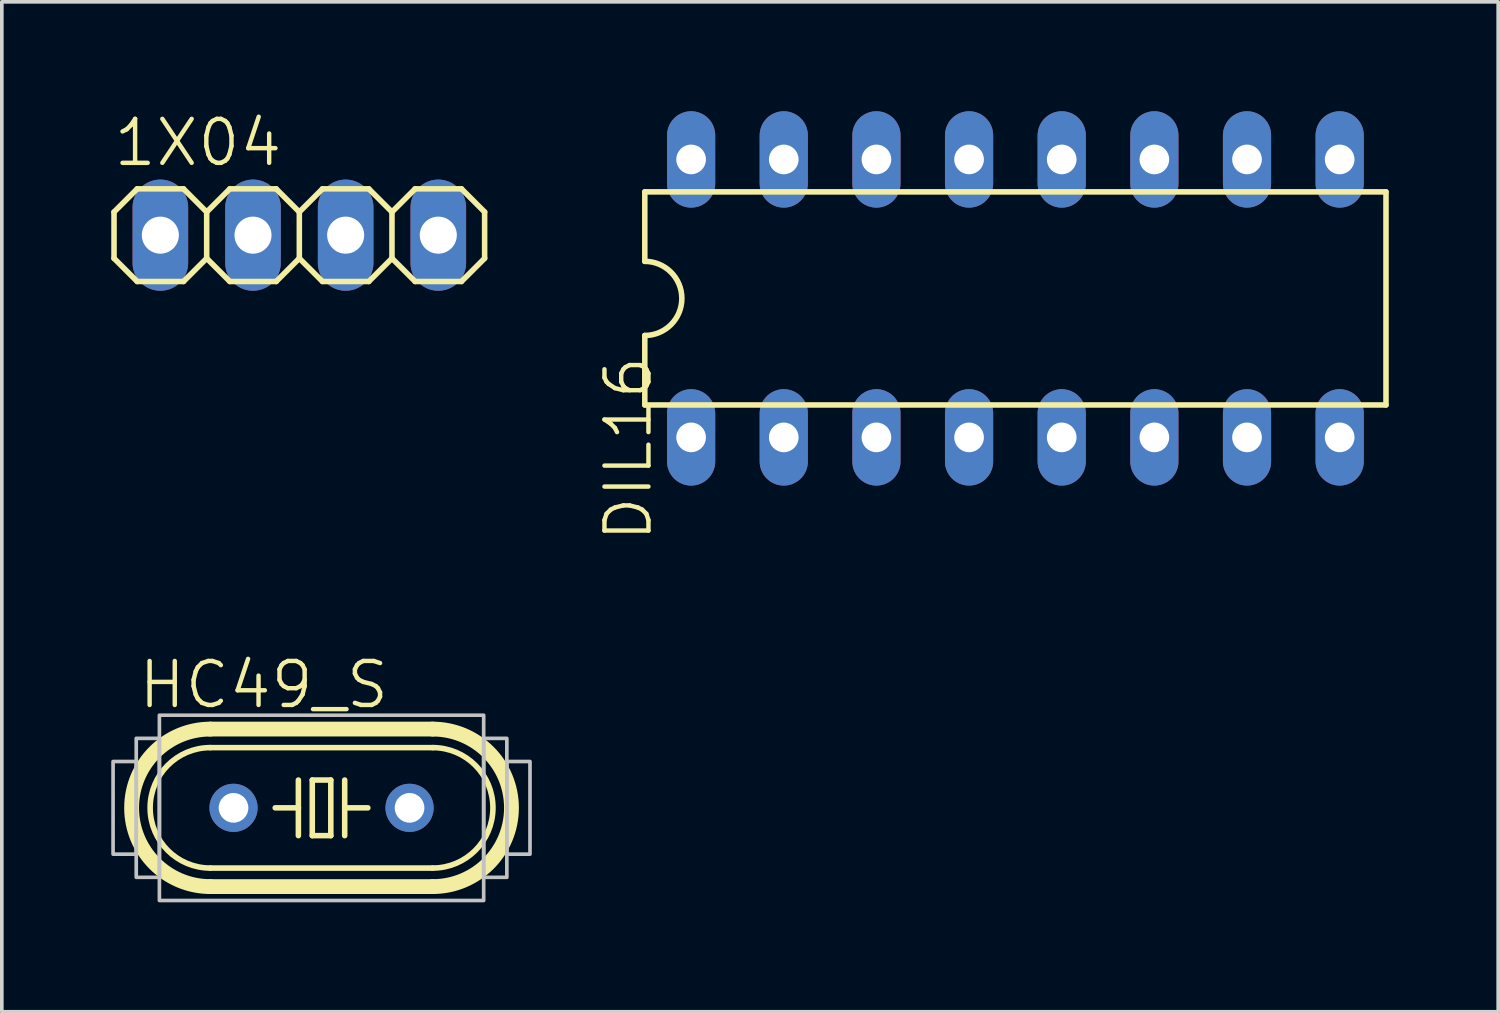
<source format=kicad_pcb>
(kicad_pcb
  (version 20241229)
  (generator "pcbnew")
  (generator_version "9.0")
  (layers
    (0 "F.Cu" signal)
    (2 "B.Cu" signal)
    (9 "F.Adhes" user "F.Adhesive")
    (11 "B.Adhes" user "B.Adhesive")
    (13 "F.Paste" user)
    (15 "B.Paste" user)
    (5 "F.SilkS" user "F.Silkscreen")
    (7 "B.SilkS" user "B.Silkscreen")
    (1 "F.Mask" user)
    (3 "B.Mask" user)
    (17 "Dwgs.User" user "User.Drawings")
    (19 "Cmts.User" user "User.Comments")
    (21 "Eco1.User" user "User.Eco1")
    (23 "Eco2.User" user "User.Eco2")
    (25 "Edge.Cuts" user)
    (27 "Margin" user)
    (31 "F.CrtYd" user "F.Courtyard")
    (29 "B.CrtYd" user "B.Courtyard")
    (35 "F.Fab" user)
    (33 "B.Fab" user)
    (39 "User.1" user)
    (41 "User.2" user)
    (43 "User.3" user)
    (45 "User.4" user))
  (footprint "1X04"
    (layer "F.Cu")
    (at 5.156 3.397)
    (property "Reference" "1X04" (at -5.156 -1.829 0) (layer "F.SilkS") (effects (font (size 1.206 1.206) (thickness 0.121)) (justify left bottom)))
    (attr through_hole)
    (fp_line (start -5.08 -0.635) (end -5.08 0.635) (stroke (width 0.152) (type solid)) (layer "F.SilkS"))
    (fp_line (start -5.08 0.635) (end -4.445 1.27) (stroke (width 0.152) (type solid)) (layer "F.SilkS"))
    (fp_line (start -4.445 -1.27) (end -5.08 -0.635) (stroke (width 0.152) (type solid)) (layer "F.SilkS"))
    (fp_line (start -4.445 -1.27) (end -3.175 -1.27) (stroke (width 0.152) (type solid)) (layer "F.SilkS"))
    (fp_line (start -3.175 -1.27) (end -2.54 -0.635) (stroke (width 0.152) (type solid)) (layer "F.SilkS"))
    (fp_line (start -3.175 1.27) (end -4.445 1.27) (stroke (width 0.152) (type solid)) (layer "F.SilkS"))
    (fp_line (start -2.54 -0.635) (end -2.54 0.635) (stroke (width 0.152) (type solid)) (layer "F.SilkS"))
    (fp_line (start -2.54 -0.635) (end -1.905 -1.27) (stroke (width 0.152) (type solid)) (layer "F.SilkS"))
    (fp_line (start -2.54 0.635) (end -3.175 1.27) (stroke (width 0.152) (type solid)) (layer "F.SilkS"))
    (fp_line (start -1.905 -1.27) (end -0.635 -1.27) (stroke (width 0.152) (type solid)) (layer "F.SilkS"))
    (fp_line (start -1.905 1.27) (end -2.54 0.635) (stroke (width 0.152) (type solid)) (layer "F.SilkS"))
    (fp_line (start -0.635 -1.27) (end 0 -0.635) (stroke (width 0.152) (type solid)) (layer "F.SilkS"))
    (fp_line (start -0.635 1.27) (end -1.905 1.27) (stroke (width 0.152) (type solid)) (layer "F.SilkS"))
    (fp_line (start 0 -0.635) (end 0 0.635) (stroke (width 0.152) (type solid)) (layer "F.SilkS"))
    (fp_line (start 0 -0.635) (end 0.635 -1.27) (stroke (width 0.152) (type solid)) (layer "F.SilkS"))
    (fp_line (start 0 0.635) (end -0.635 1.27) (stroke (width 0.152) (type solid)) (layer "F.SilkS"))
    (fp_line (start 0.635 -1.27) (end 1.905 -1.27) (stroke (width 0.152) (type solid)) (layer "F.SilkS"))
    (fp_line (start 0.635 1.27) (end 0 0.635) (stroke (width 0.152) (type solid)) (layer "F.SilkS"))
    (fp_line (start 1.905 -1.27) (end 2.54 -0.635) (stroke (width 0.152) (type solid)) (layer "F.SilkS"))
    (fp_line (start 1.905 1.27) (end 0.635 1.27) (stroke (width 0.152) (type solid)) (layer "F.SilkS"))
    (fp_line (start 2.54 -0.635) (end 2.54 0.635) (stroke (width 0.152) (type solid)) (layer "F.SilkS"))
    (fp_line (start 2.54 0.635) (end 1.905 1.27) (stroke (width 0.152) (type solid)) (layer "F.SilkS"))
    (fp_line (start 2.54 0.635) (end 3.175 1.27) (stroke (width 0.152) (type solid)) (layer "F.SilkS"))
    (fp_line (start 3.175 -1.27) (end 2.54 -0.635) (stroke (width 0.152) (type solid)) (layer "F.SilkS"))
    (fp_line (start 3.175 -1.27) (end 4.445 -1.27) (stroke (width 0.152) (type solid)) (layer "F.SilkS"))
    (fp_line (start 4.445 -1.27) (end 5.08 -0.635) (stroke (width 0.152) (type solid)) (layer "F.SilkS"))
    (fp_line (start 4.445 1.27) (end 3.175 1.27) (stroke (width 0.152) (type solid)) (layer "F.SilkS"))
    (fp_line (start 5.08 -0.635) (end 5.08 0.635) (stroke (width 0.152) (type solid)) (layer "F.SilkS"))
    (fp_line (start 5.08 0.635) (end 4.445 1.27) (stroke (width 0.152) (type solid)) (layer "F.SilkS"))
    (fp_poly (pts (xy -4.064 0.254) (xy -3.556 0.254) (xy -3.556 -0.254) (xy -4.064 -0.254)) (stroke (width 0.1) (type solid)) (fill no) (layer "F.Fab"))
    (fp_poly (pts (xy -1.524 0.254) (xy -1.016 0.254) (xy -1.016 -0.254) (xy -1.524 -0.254)) (stroke (width 0.1) (type solid)) (fill no) (layer "F.Fab"))
    (fp_poly (pts (xy 1.016 0.254) (xy 1.524 0.254) (xy 1.524 -0.254) (xy 1.016 -0.254)) (stroke (width 0.1) (type solid)) (fill no) (layer "F.Fab"))
    (fp_poly (pts (xy 3.556 0.254) (xy 4.064 0.254) (xy 4.064 -0.254) (xy 3.556 -0.254)) (stroke (width 0.1) (type solid)) (fill no) (layer "F.Fab"))
    (pad "1" thru_hole oval (at -3.81 0 90) (size 3.048 1.524) (drill 1.016) (layers "*.Cu" "*.Mask"))
    (pad "2" thru_hole oval (at -1.27 0 90) (size 3.048 1.524) (drill 1.016) (layers "*.Cu" "*.Mask"))
    (pad "3" thru_hole oval (at 1.27 0 90) (size 3.048 1.524) (drill 1.016) (layers "*.Cu" "*.Mask"))
    (pad "4" thru_hole oval (at 3.81 0 90) (size 3.048 1.524) (drill 1.016) (layers "*.Cu" "*.Mask")))
  (footprint "DIL16"
    (layer "F.Cu")
    (at 24.787 5.131)
    (property "Reference" "DIL16" (at -9.906 6.731 90) (layer "F.SilkS") (effects (font (size 1.206 1.206) (thickness 0.121)) (justify left bottom)))
    (attr through_hole)
    (fp_line (start -10.16 -2.921) (end -10.16 -1.016) (stroke (width 0.152) (type solid)) (layer "F.SilkS"))
    (fp_line (start -10.16 2.921) (end -10.16 1.016) (stroke (width 0.152) (type solid)) (layer "F.SilkS"))
    (fp_line (start -10.16 2.921) (end 10.16 2.921) (stroke (width 0.152) (type solid)) (layer "F.SilkS"))
    (fp_line (start 10.16 -2.921) (end -10.16 -2.921) (stroke (width 0.152) (type solid)) (layer "F.SilkS"))
    (fp_line (start 10.16 -2.921) (end 10.16 2.921) (stroke (width 0.152) (type solid)) (layer "F.SilkS"))
    (fp_arc (start -10.16 -1.016) (mid -9.144 0) (end -10.16 1.016) (stroke (width 0.1524) (type solid)) (layer "F.SilkS"))
    (pad "1" thru_hole oval (at -8.89 3.81 90) (size 2.642 1.321) (drill 0.813) (layers "*.Cu" "*.Mask"))
    (pad "2" thru_hole oval (at -6.35 3.81 90) (size 2.642 1.321) (drill 0.813) (layers "*.Cu" "*.Mask"))
    (pad "3" thru_hole oval (at -3.81 3.81 90) (size 2.642 1.321) (drill 0.813) (layers "*.Cu" "*.Mask"))
    (pad "4" thru_hole oval (at -1.27 3.81 90) (size 2.642 1.321) (drill 0.813) (layers "*.Cu" "*.Mask"))
    (pad "5" thru_hole oval (at 1.27 3.81 90) (size 2.642 1.321) (drill 0.813) (layers "*.Cu" "*.Mask"))
    (pad "6" thru_hole oval (at 3.81 3.81 90) (size 2.642 1.321) (drill 0.813) (layers "*.Cu" "*.Mask"))
    (pad "7" thru_hole oval (at 6.35 3.81 90) (size 2.642 1.321) (drill 0.813) (layers "*.Cu" "*.Mask"))
    (pad "8" thru_hole oval (at 8.89 3.81 90) (size 2.642 1.321) (drill 0.813) (layers "*.Cu" "*.Mask"))
    (pad "9" thru_hole oval (at 8.89 -3.81 90) (size 2.642 1.321) (drill 0.813) (layers "*.Cu" "*.Mask"))
    (pad "10" thru_hole oval (at 6.35 -3.81 90) (size 2.642 1.321) (drill 0.813) (layers "*.Cu" "*.Mask"))
    (pad "11" thru_hole oval (at 3.81 -3.81 90) (size 2.642 1.321) (drill 0.813) (layers "*.Cu" "*.Mask"))
    (pad "12" thru_hole oval (at 1.27 -3.81 90) (size 2.642 1.321) (drill 0.813) (layers "*.Cu" "*.Mask"))
    (pad "13" thru_hole oval (at -1.27 -3.81 90) (size 2.642 1.321) (drill 0.813) (layers "*.Cu" "*.Mask"))
    (pad "14" thru_hole oval (at -3.81 -3.81 90) (size 2.642 1.321) (drill 0.813) (layers "*.Cu" "*.Mask"))
    (pad "15" thru_hole oval (at -6.35 -3.81 90) (size 2.642 1.321) (drill 0.813) (layers "*.Cu" "*.Mask"))
    (pad "16" thru_hole oval (at -8.89 -3.81 90) (size 2.642 1.321) (drill 0.813) (layers "*.Cu" "*.Mask")))
  (footprint "HC49_S"
    (layer "F.Cu")
    (at 5.765 19.097)
    (property "Reference" "HC49_S" (at -5.08 -2.667 0) (layer "F.SilkS") (effects (font (size 1.206 1.206) (thickness 0.121)) (justify left bottom)))
    (attr through_hole)
    (fp_line (start -3.048 -2.159) (end 3.048 -2.159) (stroke (width 0.406) (type solid)) (layer "F.SilkS"))
    (fp_line (start -3.048 1.651) (end 3.048 1.651) (stroke (width 0.152) (type solid)) (layer "F.SilkS"))
    (fp_line (start -3.048 2.159) (end 3.048 2.159) (stroke (width 0.406) (type solid)) (layer "F.SilkS"))
    (fp_line (start -0.635 -0.762) (end -0.635 0) (stroke (width 0.152) (type solid)) (layer "F.SilkS"))
    (fp_line (start -0.635 0) (end -1.27 0) (stroke (width 0.152) (type solid)) (layer "F.SilkS"))
    (fp_line (start -0.635 0) (end -0.635 0.762) (stroke (width 0.152) (type solid)) (layer "F.SilkS"))
    (fp_line (start -0.254 -0.762) (end 0.254 -0.762) (stroke (width 0.152) (type solid)) (layer "F.SilkS"))
    (fp_line (start -0.254 0.762) (end -0.254 -0.762) (stroke (width 0.152) (type solid)) (layer "F.SilkS"))
    (fp_line (start 0.254 -0.762) (end 0.254 0.762) (stroke (width 0.152) (type solid)) (layer "F.SilkS"))
    (fp_line (start 0.254 0.762) (end -0.254 0.762) (stroke (width 0.152) (type solid)) (layer "F.SilkS"))
    (fp_line (start 0.635 -0.762) (end 0.635 0) (stroke (width 0.152) (type solid)) (layer "F.SilkS"))
    (fp_line (start 0.635 0) (end 0.635 0.762) (stroke (width 0.152) (type solid)) (layer "F.SilkS"))
    (fp_line (start 0.635 0) (end 1.27 0) (stroke (width 0.152) (type solid)) (layer "F.SilkS"))
    (fp_line (start 3.048 -1.651) (end -3.048 -1.651) (stroke (width 0.152) (type solid)) (layer "F.SilkS"))
    (fp_arc (start -3.048 1.651) (mid -4.699 0) (end -3.048 -1.651) (stroke (width 0.1524) (type solid)) (layer "F.SilkS"))
    (fp_arc (start -3.048 2.159) (mid -5.207 0) (end -3.048 -2.159) (stroke (width 0.4064) (type solid)) (layer "F.SilkS"))
    (fp_arc (start 3.048 -2.159) (mid 5.207 0) (end 3.048 2.159) (stroke (width 0.4064) (type solid)) (layer "F.SilkS"))
    (fp_arc (start 3.048 -1.651) (mid 4.699 0) (end 3.048 1.651) (stroke (width 0.1524) (type solid)) (layer "F.SilkS"))
    (fp_poly (pts (xy -5.715 1.27) (xy -5.08 1.27) (xy -5.08 -1.27) (xy -5.715 -1.27)) (stroke (width 0.1) (type solid)) (fill no) (layer "Dwgs.User"))
    (fp_poly (pts (xy -5.08 1.905) (xy -4.445 1.905) (xy -4.445 -1.905) (xy -5.08 -1.905)) (stroke (width 0.1) (type solid)) (fill no) (layer "Dwgs.User"))
    (fp_poly (pts (xy -4.445 2.54) (xy 4.445 2.54) (xy 4.445 -2.54) (xy -4.445 -2.54)) (stroke (width 0.1) (type solid)) (fill no) (layer "Dwgs.User"))
    (fp_poly (pts (xy 4.445 1.905) (xy 5.08 1.905) (xy 5.08 -1.905) (xy 4.445 -1.905)) (stroke (width 0.1) (type solid)) (fill no) (layer "Dwgs.User"))
    (fp_poly (pts (xy 5.08 1.27) (xy 5.715 1.27) (xy 5.715 -1.27) (xy 5.08 -1.27)) (stroke (width 0.1) (type solid)) (fill no) (layer "Dwgs.User"))
    (pad "1" thru_hole circle (at -2.413 0) (size 1.321 1.321) (drill 0.813) (layers "*.Cu" "*.Mask"))
    (pad "2" thru_hole circle (at 2.413 0) (size 1.321 1.321) (drill 0.813) (layers "*.Cu" "*.Mask")))
  (gr_rect
    (start -3 -3)
    (end 38.023 24.687)
    (stroke (width 0.1) (type default))
    (fill no)
    (layer "Edge.Cuts")))
</source>
